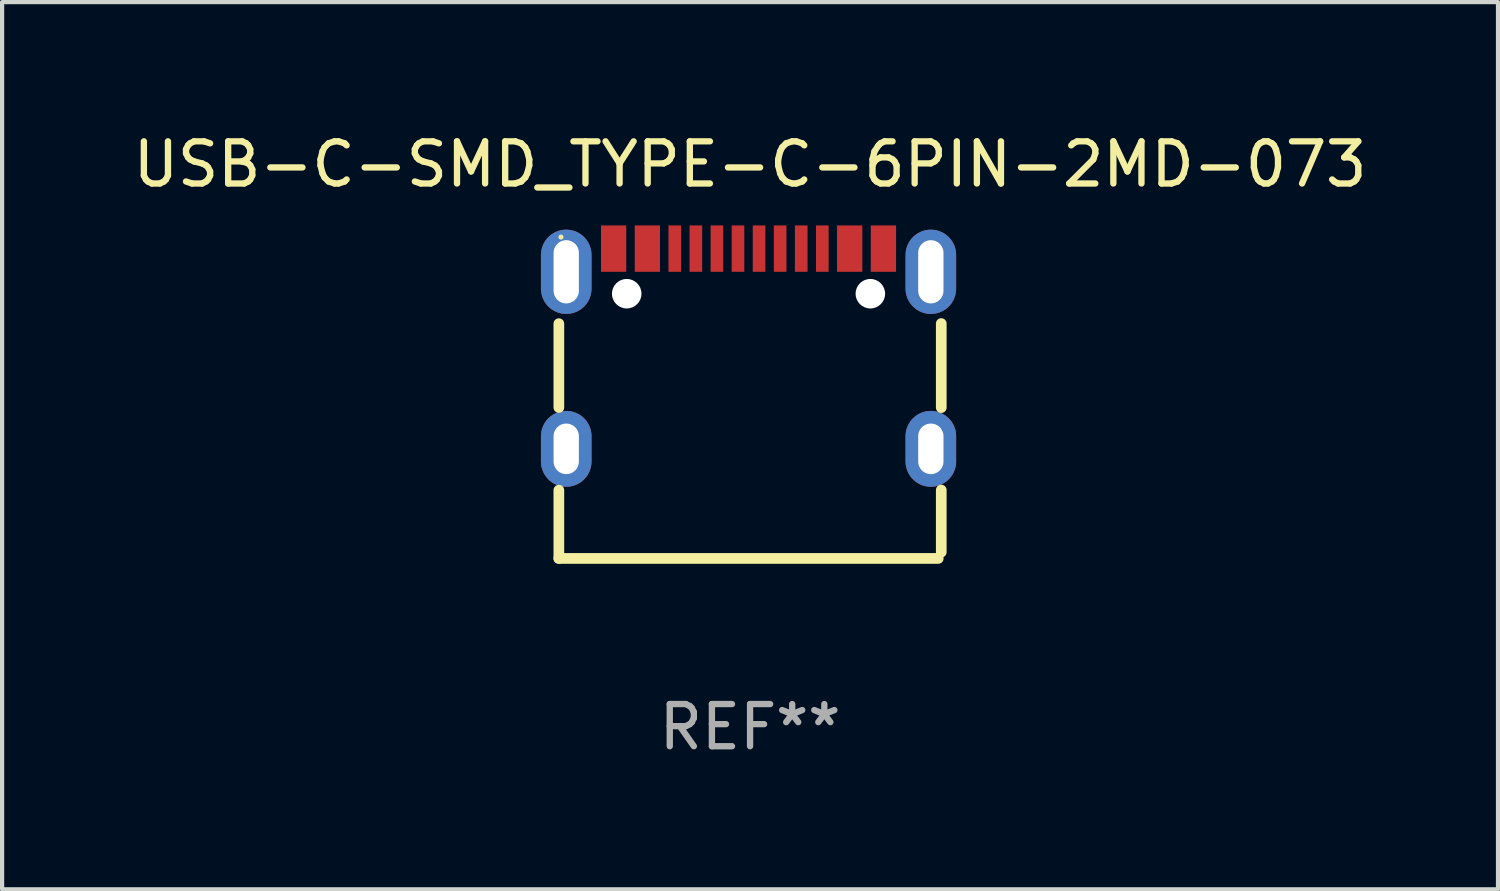
<source format=kicad_pcb>
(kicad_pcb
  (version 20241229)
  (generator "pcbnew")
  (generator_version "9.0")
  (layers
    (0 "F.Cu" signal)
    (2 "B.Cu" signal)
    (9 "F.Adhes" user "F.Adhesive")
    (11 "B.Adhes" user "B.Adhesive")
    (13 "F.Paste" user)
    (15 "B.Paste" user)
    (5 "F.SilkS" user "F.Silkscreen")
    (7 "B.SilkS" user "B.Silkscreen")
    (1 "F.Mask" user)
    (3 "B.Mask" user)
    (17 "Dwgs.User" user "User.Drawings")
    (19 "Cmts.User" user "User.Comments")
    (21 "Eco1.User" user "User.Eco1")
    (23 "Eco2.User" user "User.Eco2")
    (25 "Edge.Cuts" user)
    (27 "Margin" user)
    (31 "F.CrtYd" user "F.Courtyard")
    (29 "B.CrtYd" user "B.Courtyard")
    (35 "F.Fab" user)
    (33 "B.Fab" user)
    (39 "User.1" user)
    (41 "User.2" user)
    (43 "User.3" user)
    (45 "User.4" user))
  (footprint "USB-C-SMD_TYPE-C-6PIN-2MD-073"
    (layer "F.Cu")
    (at 14.708 5.223)
    (property "Reference" "USB-C-SMD_TYPE-C-6PIN-2MD-073" (at 0.036 -4.375 180) (layer "F.SilkS") (effects (font (size 1 1) (thickness 0.15))))
    (attr through_hole)
    (fp_line (start -4.5 1.394) (end -4.5 -0.594) (stroke (width 0.254) (type solid)) (layer "F.SilkS"))
    (fp_line (start -4.5 4.975) (end -4.5 3.356) (stroke (width 0.254) (type solid)) (layer "F.SilkS"))
    (fp_line (start 4.5 4.975) (end -4.5 4.975) (stroke (width 0.254) (type solid)) (layer "F.SilkS"))
    (fp_line (start 4.572 1.397) (end 4.572 -0.597) (stroke (width 0.254) (type solid)) (layer "F.SilkS"))
    (fp_line (start 4.572 4.826) (end 4.572 3.353) (stroke (width 0.254) (type solid)) (layer "F.SilkS"))
    (fp_circle (center -4.45 -2.649) (end -4.42 -2.649) (stroke (width 0.06) (type solid)) (fill no) (layer "F.SilkS"))
    (fp_circle (center -2.89 -1.305) (end -2.765 -1.305) (stroke (width 0.25) (type solid)) (fill no) (layer "F.Fab"))
    (fp_circle (center 2.89 -1.305) (end 3.015 -1.305) (stroke (width 0.25) (type solid)) (fill no) (layer "F.Fab"))
    (fp_text user "REF**" (at 0.036 8.975 180) (layer "F.Fab") (effects (font (size 1 1) (thickness 0.15))))
    (pad "" np_thru_hole circle (at -2.89 -1.305) (size 0.7 0.7) (drill 0.7) (layers "*.Cu" "*.Mask"))
    (pad "" np_thru_hole circle (at 2.89 -1.305) (size 0.7 0.7) (drill 0.7) (layers "*.Cu" "*.Mask"))
    (pad "A1" smd rect (at -3.2 -2.375) (size 0.6 1.1) (layers "F.Cu" "F.Mask" "F.Paste"))
    (pad "A1" smd rect (at 3.2 -2.375) (size 0.6 1.1) (layers "F.Cu" "F.Mask" "F.Paste"))
    (pad "A4" smd rect (at -2.4 -2.375) (size 0.6 1.1) (layers "F.Cu" "F.Mask" "F.Paste"))
    (pad "A4" smd rect (at 2.4 -2.375) (size 0.6 1.1) (layers "F.Cu" "F.Mask" "F.Paste"))
    (pad "A5" smd rect (at -1.25 -2.375) (size 0.3 1.1) (layers "F.Cu" "F.Mask" "F.Paste"))
    (pad "A6" smd rect (at 0.75 -2.375) (size 0.3 1.1) (layers "F.Cu" "F.Mask" "F.Paste"))
    (pad "A7" smd rect (at 0.25 -2.375) (size 0.3 1.1) (layers "F.Cu" "F.Mask" "F.Paste"))
    (pad "A8" smd rect (at 1.25 -2.375) (size 0.3 1.1) (layers "F.Cu" "F.Mask" "F.Paste"))
    (pad "B5" smd rect (at 1.75 -2.375) (size 0.3 1.1) (layers "F.Cu" "F.Mask" "F.Paste"))
    (pad "B6" smd rect (at -0.25 -2.375) (size 0.3 1.1) (layers "F.Cu" "F.Mask" "F.Paste"))
    (pad "B7" smd rect (at -0.75 -2.375) (size 0.3 1.1) (layers "F.Cu" "F.Mask" "F.Paste"))
    (pad "B8" smd rect (at -1.75 -2.375) (size 0.3 1.1) (layers "F.Cu" "F.Mask" "F.Paste"))
    (pad "S1" thru_hole oval (at -4.325 -1.825) (size 1.2 2) (drill oval 0.6 1.5) (layers "*.Cu" "*.Mask"))
    (pad "S1" thru_hole oval (at -4.325 2.375) (size 1.2 1.8) (drill oval 0.6 1.2) (layers "*.Cu" "*.Mask"))
    (pad "S1" thru_hole oval (at 4.325 -1.825) (size 1.2 2) (drill oval 0.6 1.5) (layers "*.Cu" "*.Mask"))
    (pad "S1" thru_hole oval (at 4.325 2.375) (size 1.2 1.8) (drill oval 0.6 1.2) (layers "*.Cu" "*.Mask")))
  (gr_rect
    (start -3 -3)
    (end 32.488 18.047)
    (stroke (width 0.1) (type default))
    (fill no)
    (layer "Edge.Cuts")))
</source>
